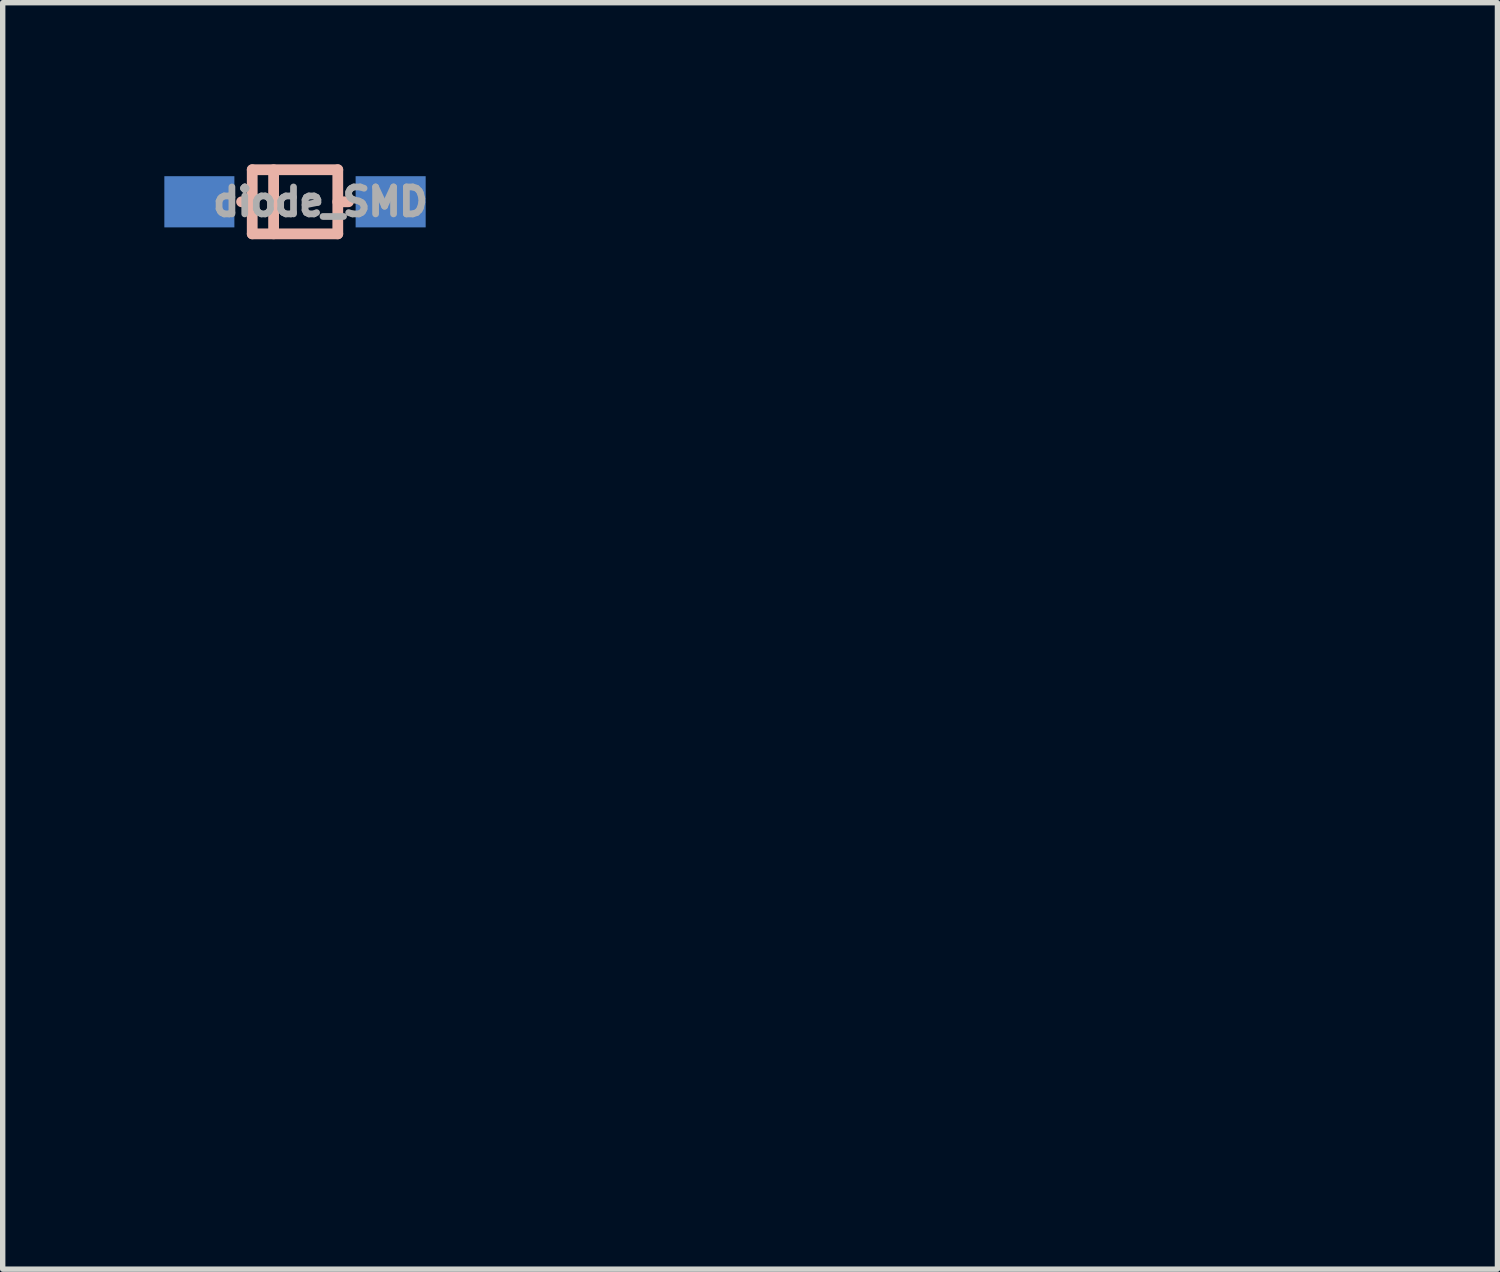
<source format=kicad_pcb>
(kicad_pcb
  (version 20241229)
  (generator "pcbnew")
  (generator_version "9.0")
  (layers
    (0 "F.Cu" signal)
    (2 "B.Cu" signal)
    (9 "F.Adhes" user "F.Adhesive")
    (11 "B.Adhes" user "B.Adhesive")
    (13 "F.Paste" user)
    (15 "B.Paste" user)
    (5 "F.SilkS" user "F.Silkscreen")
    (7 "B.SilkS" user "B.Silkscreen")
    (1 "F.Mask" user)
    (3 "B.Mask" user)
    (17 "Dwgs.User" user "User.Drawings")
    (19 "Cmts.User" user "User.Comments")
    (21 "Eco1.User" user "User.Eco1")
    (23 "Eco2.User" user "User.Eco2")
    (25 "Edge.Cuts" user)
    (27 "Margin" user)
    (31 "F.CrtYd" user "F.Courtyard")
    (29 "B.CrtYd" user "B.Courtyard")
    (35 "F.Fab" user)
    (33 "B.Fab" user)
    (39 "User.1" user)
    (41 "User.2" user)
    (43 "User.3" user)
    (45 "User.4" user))
  (footprint "diode_SMD"
    (layer "F.Cu")
    (at 2.425 0.695)
    (property "Reference" "diode_SMD" (at 0.472 0 0) (layer "F.Fab") (effects (font (size 0.5 0.5) (thickness 0.125))))
    (attr through_hole)
    (fp_line (start -0.992 0) (end -0.794 0) (stroke (width 0.2) (type solid)) (layer "B.SilkS"))
    (fp_line (start -0.794 -0.595) (end -0.794 0.595) (stroke (width 0.2) (type solid)) (layer "B.SilkS"))
    (fp_line (start -0.794 0.595) (end 0.794 0.595) (stroke (width 0.2) (type solid)) (layer "B.SilkS"))
    (fp_line (start -0.397 0.595) (end -0.397 -0.595) (stroke (width 0.2) (type solid)) (layer "B.SilkS"))
    (fp_line (start 0.794 -0.595) (end -0.794 -0.595) (stroke (width 0.2) (type solid)) (layer "B.SilkS"))
    (fp_line (start 0.794 0) (end 0.992 0) (stroke (width 0.2) (type solid)) (layer "B.SilkS"))
    (fp_line (start 0.794 0.595) (end 0.794 -0.595) (stroke (width 0.2) (type solid)) (layer "B.SilkS"))
    (pad "1" smd rect (at -1.775 0) (size 1.3 0.95) (layers "B.Cu" "B.Mask" "B.Paste"))
    (pad "2" smd rect (at 1.775 0) (size 1.3 0.95) (layers "B.Cu" "B.Mask" "B.Paste")))
  (footprint "e3w2q_icon"
    (layer "F.Cu")
    (at 14.876 3.498)
    (property "Reference" "e3w2q_icon" (at 0 0 0) (layer "F.Mask") (effects (font (size 1.524 1.524) (thickness 0.3))))
    (attr through_hole)
    (fp_poly (pts (xy -1.556 -1.81) (xy -1.556 -2.778) (xy -1.318 -2.778) (xy -1.318 -1.81) (xy -1.556 -1.81)) (stroke (width 0.01) (type solid)) (fill yes) (layer "F.Mask"))
    (fp_poly (pts (xy -1.318 -3.254) (xy -1.079 -3.254) (xy -1.079 -2.778) (xy -1.318 -2.778) (xy -1.318 -3.254)) (stroke (width 0.01) (type solid)) (fill yes) (layer "F.Mask"))
    (fp_poly (pts (xy -1.318 0.111) (xy -1.556 0.111) (xy -1.556 -0.127) (xy -1.318 -0.127) (xy -1.318 0.111)) (stroke (width 0.01) (type solid)) (fill yes) (layer "F.Mask"))
    (fp_poly (pts (xy -1.079 -3.493) (xy -0.841 -3.493) (xy -0.841 -3.254) (xy -1.079 -3.254) (xy -1.079 -3.493)) (stroke (width 0.01) (type solid)) (fill yes) (layer "F.Mask"))
    (fp_poly (pts (xy -0.841 -2.778) (xy -0.841 -3.254) (xy -0.587 -3.254) (xy -0.587 -2.778) (xy -0.841 -2.778)) (stroke (width 0.01) (type solid)) (fill yes) (layer "F.Mask"))
    (fp_poly (pts (xy -0.841 -0.365) (xy -1.079 -0.365) (xy -1.079 -0.603) (xy -0.841 -0.603) (xy -0.841 -0.365)) (stroke (width 0.01) (type solid)) (fill yes) (layer "F.Mask"))
    (fp_poly (pts (xy -0.349 -2.778) (xy -0.349 -2.54) (xy -0.587 -2.54) (xy -0.587 -2.778) (xy -0.349 -2.778)) (stroke (width 0.01) (type solid)) (fill yes) (layer "F.Mask"))
    (fp_poly (pts (xy -0.349 2.032) (xy -0.841 2.032) (xy -0.841 1.556) (xy -0.349 1.556) (xy -0.349 2.032)) (stroke (width 0.01) (type solid)) (fill yes) (layer "F.Mask"))
    (fp_poly (pts (xy 0.127 1.079) (xy -0.587 1.079) (xy -0.587 0.841) (xy 0.127 0.841) (xy 0.127 1.079)) (stroke (width 0.01) (type solid)) (fill yes) (layer "F.Mask"))
    (fp_poly (pts (xy 0.603 -0.365) (xy 0.365 -0.365) (xy 0.365 -0.603) (xy 0.603 -0.603) (xy 0.603 -0.365)) (stroke (width 0.01) (type solid)) (fill yes) (layer "F.Mask"))
    (fp_poly (pts (xy 1.095 0.111) (xy 0.857 0.111) (xy 0.857 -0.127) (xy 1.095 -0.127) (xy 1.095 0.111)) (stroke (width 0.01) (type solid)) (fill yes) (layer "F.Mask"))
    (fp_poly (pts (xy 0.365 0.349) (xy -0.111 0.349) (xy -0.111 0.587) (xy -0.841 0.587) (xy -0.841 0.111) (xy 0.365 0.111) (xy 0.365 0.349)) (stroke (width 0.01) (type solid)) (fill yes) (layer "F.Mask"))
    (fp_poly (pts (xy -0.111 -2.54) (xy -0.111 -1.572) (xy 0.127 -1.572) (xy 0.127 -1.333) (xy 0.857 -1.333) (xy 0.857 -1.81) (xy 1.095 -1.81) (xy 1.095 -1.095) (xy 1.333 -1.095) (xy 1.333 -1.572) (xy 1.572 -1.572) (xy 1.572 -1.81) (xy 1.095 -1.81) (xy 0.857 -1.81) (xy 0.857 -2.048) (xy 1.81 -2.048) (xy 1.81 -1.572) (xy 1.572 -1.572) (xy 1.572 -0.365) (xy 1.81 -0.365) (xy 1.81 0.349) (xy 1.572 0.349) (xy 1.572 0.587) (xy 1.333 0.587) (xy 1.333 0.841) (xy 0.603 0.841) (xy 0.603 1.318) (xy 0.857 1.318) (xy 0.857 2.032) (xy 0.603 2.032) (xy 0.603 3) (xy 0.127 3) (xy 0.127 2.762) (xy -0.349 2.762) (xy -0.349 3) (xy -0.841 3) (xy -0.841 2.762) (xy -1.079 2.762) (xy -1.079 2.524) (xy -1.318 2.524) (xy -1.318 2.27) (xy -1.556 2.27) (xy -1.556 2.032) (xy -1.794 2.032) (xy -1.794 1.318) (xy -1.556 1.318) (xy -1.556 1.079) (xy -1.318 1.079) (xy -1.318 0.841) (xy -1.794 0.841) (xy -1.794 0.587) (xy -2.032 0.587) (xy -2.032 0.111) (xy -2.27 0.111) (xy -2.27 -0.857) (xy -2.032 -0.857) (xy -2.032 0.111) (xy -1.794 0.111) (xy -1.794 0.587) (xy -1.318 0.587) (xy -1.318 0.841) (xy -1.079 0.841) (xy -1.079 1.079) (xy -0.587 1.079) (xy -0.587 1.318) (xy -1.556 1.318) (xy -1.556 2.032) (xy -1.318 2.032) (xy -1.318 2.27) (xy -1.079 2.27) (xy -1.079 2.524) (xy 0.127 2.524) (xy 0.127 2.762) (xy 0.365 2.762) (xy 0.365 1.794) (xy 0.603 1.794) (xy 0.603 1.318) (xy 0.127 1.318) (xy 0.127 1.079) (xy 0.365 1.079) (xy 0.365 0.841) (xy 0.603 0.841) (xy 0.603 0.587) (xy 1.333 0.587) (xy 1.333 0.349) (xy 1.572 0.349) (xy 1.572 -0.365) (xy 1.333 -0.365) (xy 1.333 -0.857) (xy 0.857 -0.857) (xy 0.857 -1.095) (xy 0.127 -1.095) (xy 0.127 -1.333) (xy -1.556 -1.333) (xy -1.556 -1.095) (xy -1.794 -1.095) (xy -1.794 -0.857) (xy -2.032 -0.857) (xy -2.032 -1.095) (xy -1.794 -1.095) (xy -1.794 -1.333) (xy -1.556 -1.333) (xy -1.556 -1.572) (xy -1.318 -1.572) (xy -1.318 -1.81) (xy -1.079 -1.81) (xy -1.079 -1.572) (xy -0.349 -1.572) (xy -0.349 -2.54) (xy -0.111 -2.54)) (stroke (width 0.01) (type solid)) (fill yes) (layer "F.Mask")))
  (footprint "e3w2q_icon_rev2"
    (layer "F.Cu")
    (at 9.877 13.806)
    (property "Reference" "e3w2q_icon_rev2" (at 0 0 0) (layer "F.Mask") (effects (font (size 1.524 1.524) (thickness 0.3))))
    (attr through_hole)
    (fp_poly (pts (xy -1.915 -2.227) (xy -1.915 -3.419) (xy -1.622 -3.419) (xy -1.622 -2.227) (xy -1.915 -2.227)) (stroke (width 0.01) (type solid)) (fill yes) (layer "F.Mask"))
    (fp_poly (pts (xy -1.622 -4.005) (xy -1.329 -4.005) (xy -1.329 -3.419) (xy -1.622 -3.419) (xy -1.622 -4.005)) (stroke (width 0.01) (type solid)) (fill yes) (layer "F.Mask"))
    (fp_poly (pts (xy -1.622 0.137) (xy -1.915 0.137) (xy -1.915 -0.156) (xy -1.622 -0.156) (xy -1.622 0.137)) (stroke (width 0.01) (type solid)) (fill yes) (layer "F.Mask"))
    (fp_poly (pts (xy -1.329 -4.298) (xy -1.036 -4.298) (xy -1.036 -4.005) (xy -1.329 -4.005) (xy -1.329 -4.298)) (stroke (width 0.01) (type solid)) (fill yes) (layer "F.Mask"))
    (fp_poly (pts (xy -1.036 -3.419) (xy -1.036 -4.005) (xy -0.723 -4.005) (xy -0.723 -3.419) (xy -1.036 -3.419)) (stroke (width 0.01) (type solid)) (fill yes) (layer "F.Mask"))
    (fp_poly (pts (xy -1.036 -0.449) (xy -1.329 -0.449) (xy -1.329 -0.742) (xy -1.036 -0.742) (xy -1.036 -0.449)) (stroke (width 0.01) (type solid)) (fill yes) (layer "F.Mask"))
    (fp_poly (pts (xy -0.43 -3.419) (xy -0.43 -3.126) (xy -0.723 -3.126) (xy -0.723 -3.419) (xy -0.43 -3.419)) (stroke (width 0.01) (type solid)) (fill yes) (layer "F.Mask"))
    (fp_poly (pts (xy -0.43 2.501) (xy -1.036 2.501) (xy -1.036 1.915) (xy -0.43 1.915) (xy -0.43 2.501)) (stroke (width 0.01) (type solid)) (fill yes) (layer "F.Mask"))
    (fp_poly (pts (xy 0.156 1.329) (xy -0.723 1.329) (xy -0.723 1.036) (xy 0.156 1.036) (xy 0.156 1.329)) (stroke (width 0.01) (type solid)) (fill yes) (layer "F.Mask"))
    (fp_poly (pts (xy 0.742 -0.449) (xy 0.449 -0.449) (xy 0.449 -0.742) (xy 0.742 -0.742) (xy 0.742 -0.449)) (stroke (width 0.01) (type solid)) (fill yes) (layer "F.Mask"))
    (fp_poly (pts (xy 1.348 0.137) (xy 1.055 0.137) (xy 1.055 -0.156) (xy 1.348 -0.156) (xy 1.348 0.137)) (stroke (width 0.01) (type solid)) (fill yes) (layer "F.Mask"))
    (fp_poly (pts (xy 0.449 0.43) (xy -0.137 0.43) (xy -0.137 0.723) (xy -1.036 0.723) (xy -1.036 0.137) (xy 0.449 0.137) (xy 0.449 0.43)) (stroke (width 0.01) (type solid)) (fill yes) (layer "F.Mask"))
    (fp_poly (pts (xy -0.137 -3.126) (xy -0.137 -1.934) (xy 0.156 -1.934) (xy 0.156 -1.641) (xy 1.055 -1.641) (xy 1.055 -2.227) (xy 1.348 -2.227) (xy 1.348 -1.348) (xy 1.641 -1.348) (xy 1.641 -1.934) (xy 1.934 -1.934) (xy 1.934 -2.227) (xy 1.348 -2.227) (xy 1.055 -2.227) (xy 1.055 -2.52) (xy 2.227 -2.52) (xy 2.227 -1.934) (xy 1.934 -1.934) (xy 1.934 -0.449) (xy 2.227 -0.449) (xy 2.227 0.43) (xy 1.934 0.43) (xy 1.934 0.723) (xy 1.641 0.723) (xy 1.641 1.036) (xy 0.742 1.036) (xy 0.742 1.622) (xy 1.055 1.622) (xy 1.055 2.501) (xy 0.742 2.501) (xy 0.742 3.693) (xy 0.156 3.693) (xy 0.156 3.4) (xy -0.43 3.4) (xy -0.43 3.693) (xy -1.036 3.693) (xy -1.036 3.4) (xy -1.329 3.4) (xy -1.329 3.107) (xy -1.622 3.107) (xy -1.622 2.794) (xy -1.915 2.794) (xy -1.915 2.501) (xy -2.208 2.501) (xy -2.208 1.622) (xy -1.915 1.622) (xy -1.915 1.329) (xy -1.622 1.329) (xy -1.622 1.036) (xy -2.208 1.036) (xy -2.208 0.723) (xy -2.501 0.723) (xy -2.501 0.137) (xy -2.794 0.137) (xy -2.794 -1.055) (xy -2.501 -1.055) (xy -2.501 0.137) (xy -2.208 0.137) (xy -2.208 0.723) (xy -1.622 0.723) (xy -1.622 1.036) (xy -1.329 1.036) (xy -1.329 1.329) (xy -0.723 1.329) (xy -0.723 1.622) (xy -1.915 1.622) (xy -1.915 2.501) (xy -1.622 2.501) (xy -1.622 2.794) (xy -1.329 2.794) (xy -1.329 3.107) (xy 0.156 3.107) (xy 0.156 3.4) (xy 0.449 3.4) (xy 0.449 2.208) (xy 0.742 2.208) (xy 0.742 1.622) (xy 0.156 1.622) (xy 0.156 1.329) (xy 0.449 1.329) (xy 0.449 1.036) (xy 0.742 1.036) (xy 0.742 0.723) (xy 1.641 0.723) (xy 1.641 0.43) (xy 1.934 0.43) (xy 1.934 -0.449) (xy 1.641 -0.449) (xy 1.641 -1.055) (xy 1.055 -1.055) (xy 1.055 -1.348) (xy 0.156 -1.348) (xy 0.156 -1.641) (xy -1.915 -1.641) (xy -1.915 -1.348) (xy -2.208 -1.348) (xy -2.208 -1.055) (xy -2.501 -1.055) (xy -2.501 -1.348) (xy -2.208 -1.348) (xy -2.208 -1.641) (xy -1.915 -1.641) (xy -1.915 -1.934) (xy -1.622 -1.934) (xy -1.622 -2.227) (xy -1.329 -2.227) (xy -1.329 -1.934) (xy -0.43 -1.934) (xy -0.43 -3.126) (xy -0.137 -3.126)) (stroke (width 0.01) (type solid)) (fill yes) (layer "F.Mask")))
  (gr_rect
    (start -3 -3)
    (end 24.741 20.504)
    (stroke (width 0.1) (type default))
    (fill no)
    (layer "Edge.Cuts")))
</source>
